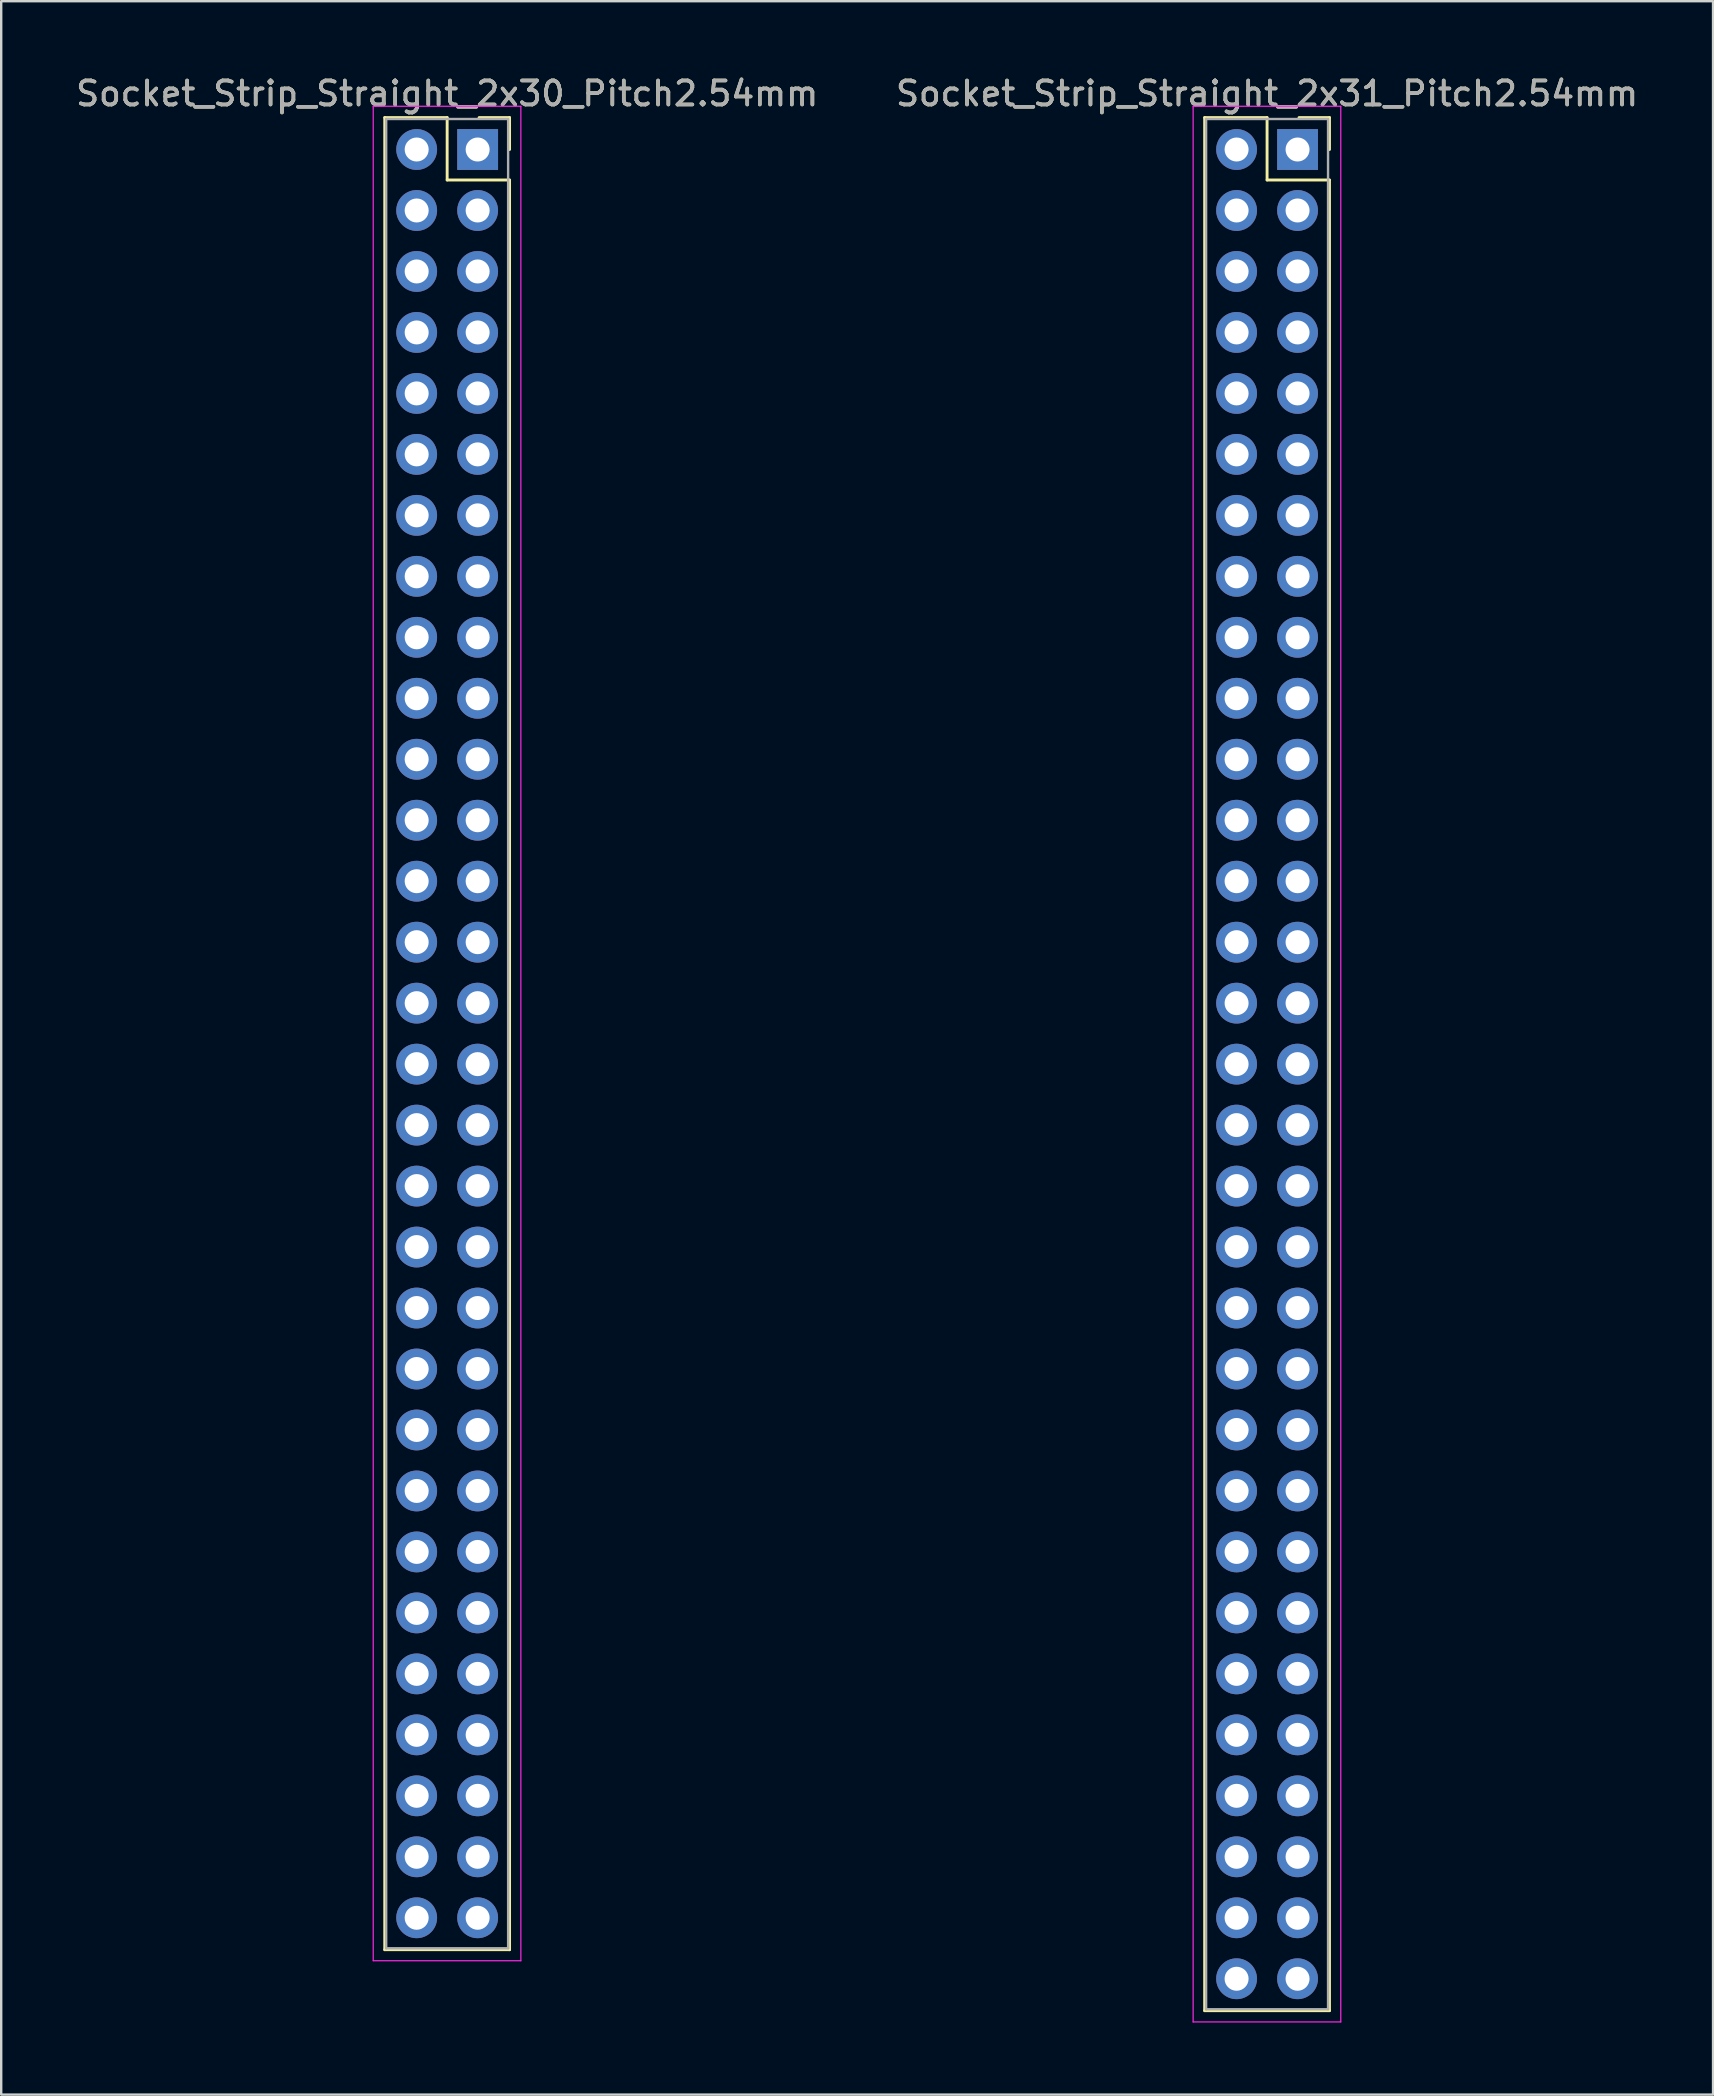
<source format=kicad_pcb>
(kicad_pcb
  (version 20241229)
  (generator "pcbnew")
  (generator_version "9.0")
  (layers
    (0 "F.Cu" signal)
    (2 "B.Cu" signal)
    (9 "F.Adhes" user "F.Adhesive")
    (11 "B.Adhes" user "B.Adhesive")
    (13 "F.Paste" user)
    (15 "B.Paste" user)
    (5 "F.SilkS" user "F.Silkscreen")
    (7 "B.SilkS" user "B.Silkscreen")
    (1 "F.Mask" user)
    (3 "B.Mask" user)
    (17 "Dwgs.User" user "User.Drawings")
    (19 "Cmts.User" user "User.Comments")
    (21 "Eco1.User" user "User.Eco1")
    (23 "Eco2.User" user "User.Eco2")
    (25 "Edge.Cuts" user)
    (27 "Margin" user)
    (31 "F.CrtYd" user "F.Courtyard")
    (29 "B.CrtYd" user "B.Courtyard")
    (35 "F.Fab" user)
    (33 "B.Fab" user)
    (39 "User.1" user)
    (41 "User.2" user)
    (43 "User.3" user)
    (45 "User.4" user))
  (footprint "Socket_Strip_Straight_2x31_Pitch2.54mm"
    (layer "F.Cu")
    (at 51.002 3.178)
    (property "Reference" "Socket_Strip_Straight_2x31_Pitch2.54mm" (at -1.27 -2.33 0) (layer "F.SilkS") (effects (font (size 1 1) (thickness 0.15))))
    (attr through_hole)
    (fp_line (start -3.87 -1.33) (end -1.27 -1.33) (stroke (width 0.12) (type solid)) (layer "F.SilkS"))
    (fp_line (start -3.87 77.53) (end -3.87 -1.33) (stroke (width 0.12) (type solid)) (layer "F.SilkS"))
    (fp_line (start -1.27 -1.33) (end -1.27 1.27) (stroke (width 0.12) (type solid)) (layer "F.SilkS"))
    (fp_line (start -1.27 1.27) (end 1.33 1.27) (stroke (width 0.12) (type solid)) (layer "F.SilkS"))
    (fp_line (start 1.33 -1.33) (end 0.06 -1.33) (stroke (width 0.12) (type solid)) (layer "F.SilkS"))
    (fp_line (start 1.33 0) (end 1.33 -1.33) (stroke (width 0.12) (type solid)) (layer "F.SilkS"))
    (fp_line (start 1.33 1.27) (end 1.33 77.53) (stroke (width 0.12) (type solid)) (layer "F.SilkS"))
    (fp_line (start 1.33 77.53) (end -3.87 77.53) (stroke (width 0.12) (type solid)) (layer "F.SilkS"))
    (fp_line (start -4.35 -1.8) (end -4.35 78) (stroke (width 0.05) (type solid)) (layer "F.CrtYd"))
    (fp_line (start -4.35 78) (end 1.8 78) (stroke (width 0.05) (type solid)) (layer "F.CrtYd"))
    (fp_line (start 1.8 -1.8) (end -4.35 -1.8) (stroke (width 0.05) (type solid)) (layer "F.CrtYd"))
    (fp_line (start 1.8 78) (end 1.8 -1.8) (stroke (width 0.05) (type solid)) (layer "F.CrtYd"))
    (fp_line (start -3.81 -1.27) (end -3.81 77.47) (stroke (width 0.1) (type solid)) (layer "F.Fab"))
    (fp_line (start -3.81 77.47) (end 1.27 77.47) (stroke (width 0.1) (type solid)) (layer "F.Fab"))
    (fp_line (start 1.27 -1.27) (end -3.81 -1.27) (stroke (width 0.1) (type solid)) (layer "F.Fab"))
    (fp_line (start 1.27 77.47) (end 1.27 -1.27) (stroke (width 0.1) (type solid)) (layer "F.Fab"))
    (fp_text user "${REFERENCE}" (at -1.27 -2.33 0) (layer "F.Fab") (effects (font (size 1 1) (thickness 0.15))))
    (pad "1" thru_hole rect (at 0 0) (size 1.7 1.7) (drill 1) (layers "*.Cu" "*.Mask"))
    (pad "2" thru_hole oval (at -2.54 0) (size 1.7 1.7) (drill 1) (layers "*.Cu" "*.Mask"))
    (pad "3" thru_hole oval (at 0 2.54) (size 1.7 1.7) (drill 1) (layers "*.Cu" "*.Mask"))
    (pad "4" thru_hole oval (at -2.54 2.54) (size 1.7 1.7) (drill 1) (layers "*.Cu" "*.Mask"))
    (pad "5" thru_hole oval (at 0 5.08) (size 1.7 1.7) (drill 1) (layers "*.Cu" "*.Mask"))
    (pad "6" thru_hole oval (at -2.54 5.08) (size 1.7 1.7) (drill 1) (layers "*.Cu" "*.Mask"))
    (pad "7" thru_hole oval (at 0 7.62) (size 1.7 1.7) (drill 1) (layers "*.Cu" "*.Mask"))
    (pad "8" thru_hole oval (at -2.54 7.62) (size 1.7 1.7) (drill 1) (layers "*.Cu" "*.Mask"))
    (pad "9" thru_hole oval (at 0 10.16) (size 1.7 1.7) (drill 1) (layers "*.Cu" "*.Mask"))
    (pad "10" thru_hole oval (at -2.54 10.16) (size 1.7 1.7) (drill 1) (layers "*.Cu" "*.Mask"))
    (pad "11" thru_hole oval (at 0 12.7) (size 1.7 1.7) (drill 1) (layers "*.Cu" "*.Mask"))
    (pad "12" thru_hole oval (at -2.54 12.7) (size 1.7 1.7) (drill 1) (layers "*.Cu" "*.Mask"))
    (pad "13" thru_hole oval (at 0 15.24) (size 1.7 1.7) (drill 1) (layers "*.Cu" "*.Mask"))
    (pad "14" thru_hole oval (at -2.54 15.24) (size 1.7 1.7) (drill 1) (layers "*.Cu" "*.Mask"))
    (pad "15" thru_hole oval (at 0 17.78) (size 1.7 1.7) (drill 1) (layers "*.Cu" "*.Mask"))
    (pad "16" thru_hole oval (at -2.54 17.78) (size 1.7 1.7) (drill 1) (layers "*.Cu" "*.Mask"))
    (pad "17" thru_hole oval (at 0 20.32) (size 1.7 1.7) (drill 1) (layers "*.Cu" "*.Mask"))
    (pad "18" thru_hole oval (at -2.54 20.32) (size 1.7 1.7) (drill 1) (layers "*.Cu" "*.Mask"))
    (pad "19" thru_hole oval (at 0 22.86) (size 1.7 1.7) (drill 1) (layers "*.Cu" "*.Mask"))
    (pad "20" thru_hole oval (at -2.54 22.86) (size 1.7 1.7) (drill 1) (layers "*.Cu" "*.Mask"))
    (pad "21" thru_hole oval (at 0 25.4) (size 1.7 1.7) (drill 1) (layers "*.Cu" "*.Mask"))
    (pad "22" thru_hole oval (at -2.54 25.4) (size 1.7 1.7) (drill 1) (layers "*.Cu" "*.Mask"))
    (pad "23" thru_hole oval (at 0 27.94) (size 1.7 1.7) (drill 1) (layers "*.Cu" "*.Mask"))
    (pad "24" thru_hole oval (at -2.54 27.94) (size 1.7 1.7) (drill 1) (layers "*.Cu" "*.Mask"))
    (pad "25" thru_hole oval (at 0 30.48) (size 1.7 1.7) (drill 1) (layers "*.Cu" "*.Mask"))
    (pad "26" thru_hole oval (at -2.54 30.48) (size 1.7 1.7) (drill 1) (layers "*.Cu" "*.Mask"))
    (pad "27" thru_hole oval (at 0 33.02) (size 1.7 1.7) (drill 1) (layers "*.Cu" "*.Mask"))
    (pad "28" thru_hole oval (at -2.54 33.02) (size 1.7 1.7) (drill 1) (layers "*.Cu" "*.Mask"))
    (pad "29" thru_hole oval (at 0 35.56) (size 1.7 1.7) (drill 1) (layers "*.Cu" "*.Mask"))
    (pad "30" thru_hole oval (at -2.54 35.56) (size 1.7 1.7) (drill 1) (layers "*.Cu" "*.Mask"))
    (pad "31" thru_hole oval (at 0 38.1) (size 1.7 1.7) (drill 1) (layers "*.Cu" "*.Mask"))
    (pad "32" thru_hole oval (at -2.54 38.1) (size 1.7 1.7) (drill 1) (layers "*.Cu" "*.Mask"))
    (pad "33" thru_hole oval (at 0 40.64) (size 1.7 1.7) (drill 1) (layers "*.Cu" "*.Mask"))
    (pad "34" thru_hole oval (at -2.54 40.64) (size 1.7 1.7) (drill 1) (layers "*.Cu" "*.Mask"))
    (pad "35" thru_hole oval (at 0 43.18) (size 1.7 1.7) (drill 1) (layers "*.Cu" "*.Mask"))
    (pad "36" thru_hole oval (at -2.54 43.18) (size 1.7 1.7) (drill 1) (layers "*.Cu" "*.Mask"))
    (pad "37" thru_hole oval (at 0 45.72) (size 1.7 1.7) (drill 1) (layers "*.Cu" "*.Mask"))
    (pad "38" thru_hole oval (at -2.54 45.72) (size 1.7 1.7) (drill 1) (layers "*.Cu" "*.Mask"))
    (pad "39" thru_hole oval (at 0 48.26) (size 1.7 1.7) (drill 1) (layers "*.Cu" "*.Mask"))
    (pad "40" thru_hole oval (at -2.54 48.26) (size 1.7 1.7) (drill 1) (layers "*.Cu" "*.Mask"))
    (pad "41" thru_hole oval (at 0 50.8) (size 1.7 1.7) (drill 1) (layers "*.Cu" "*.Mask"))
    (pad "42" thru_hole oval (at -2.54 50.8) (size 1.7 1.7) (drill 1) (layers "*.Cu" "*.Mask"))
    (pad "43" thru_hole oval (at 0 53.34) (size 1.7 1.7) (drill 1) (layers "*.Cu" "*.Mask"))
    (pad "44" thru_hole oval (at -2.54 53.34) (size 1.7 1.7) (drill 1) (layers "*.Cu" "*.Mask"))
    (pad "45" thru_hole oval (at 0 55.88) (size 1.7 1.7) (drill 1) (layers "*.Cu" "*.Mask"))
    (pad "46" thru_hole oval (at -2.54 55.88) (size 1.7 1.7) (drill 1) (layers "*.Cu" "*.Mask"))
    (pad "47" thru_hole oval (at 0 58.42) (size 1.7 1.7) (drill 1) (layers "*.Cu" "*.Mask"))
    (pad "48" thru_hole oval (at -2.54 58.42) (size 1.7 1.7) (drill 1) (layers "*.Cu" "*.Mask"))
    (pad "49" thru_hole oval (at 0 60.96) (size 1.7 1.7) (drill 1) (layers "*.Cu" "*.Mask"))
    (pad "50" thru_hole oval (at -2.54 60.96) (size 1.7 1.7) (drill 1) (layers "*.Cu" "*.Mask"))
    (pad "51" thru_hole oval (at 0 63.5) (size 1.7 1.7) (drill 1) (layers "*.Cu" "*.Mask"))
    (pad "52" thru_hole oval (at -2.54 63.5) (size 1.7 1.7) (drill 1) (layers "*.Cu" "*.Mask"))
    (pad "53" thru_hole oval (at 0 66.04) (size 1.7 1.7) (drill 1) (layers "*.Cu" "*.Mask"))
    (pad "54" thru_hole oval (at -2.54 66.04) (size 1.7 1.7) (drill 1) (layers "*.Cu" "*.Mask"))
    (pad "55" thru_hole oval (at 0 68.58) (size 1.7 1.7) (drill 1) (layers "*.Cu" "*.Mask"))
    (pad "56" thru_hole oval (at -2.54 68.58) (size 1.7 1.7) (drill 1) (layers "*.Cu" "*.Mask"))
    (pad "57" thru_hole oval (at 0 71.12) (size 1.7 1.7) (drill 1) (layers "*.Cu" "*.Mask"))
    (pad "58" thru_hole oval (at -2.54 71.12) (size 1.7 1.7) (drill 1) (layers "*.Cu" "*.Mask"))
    (pad "59" thru_hole oval (at 0 73.66) (size 1.7 1.7) (drill 1) (layers "*.Cu" "*.Mask"))
    (pad "60" thru_hole oval (at -2.54 73.66) (size 1.7 1.7) (drill 1) (layers "*.Cu" "*.Mask"))
    (pad "61" thru_hole oval (at 0 76.2) (size 1.7 1.7) (drill 1) (layers "*.Cu" "*.Mask"))
    (pad "62" thru_hole oval (at -2.54 76.2) (size 1.7 1.7) (drill 1) (layers "*.Cu" "*.Mask")))
  (footprint "Socket_Strip_Straight_2x30_Pitch2.54mm"
    (layer "F.Cu")
    (at 16.847 3.178)
    (property "Reference" "Socket_Strip_Straight_2x30_Pitch2.54mm" (at -1.27 -2.33 0) (layer "F.SilkS") (effects (font (size 1 1) (thickness 0.15))))
    (attr through_hole)
    (fp_line (start -3.87 -1.33) (end -1.27 -1.33) (stroke (width 0.12) (type solid)) (layer "F.SilkS"))
    (fp_line (start -3.87 74.99) (end -3.87 -1.33) (stroke (width 0.12) (type solid)) (layer "F.SilkS"))
    (fp_line (start -1.27 -1.33) (end -1.27 1.27) (stroke (width 0.12) (type solid)) (layer "F.SilkS"))
    (fp_line (start -1.27 1.27) (end 1.33 1.27) (stroke (width 0.12) (type solid)) (layer "F.SilkS"))
    (fp_line (start 1.33 -1.33) (end 0.06 -1.33) (stroke (width 0.12) (type solid)) (layer "F.SilkS"))
    (fp_line (start 1.33 0) (end 1.33 -1.33) (stroke (width 0.12) (type solid)) (layer "F.SilkS"))
    (fp_line (start 1.33 1.27) (end 1.33 74.99) (stroke (width 0.12) (type solid)) (layer "F.SilkS"))
    (fp_line (start 1.33 74.99) (end -3.87 74.99) (stroke (width 0.12) (type solid)) (layer "F.SilkS"))
    (fp_line (start -4.35 -1.8) (end -4.35 75.45) (stroke (width 0.05) (type solid)) (layer "F.CrtYd"))
    (fp_line (start -4.35 75.45) (end 1.8 75.45) (stroke (width 0.05) (type solid)) (layer "F.CrtYd"))
    (fp_line (start 1.8 -1.8) (end -4.35 -1.8) (stroke (width 0.05) (type solid)) (layer "F.CrtYd"))
    (fp_line (start 1.8 75.45) (end 1.8 -1.8) (stroke (width 0.05) (type solid)) (layer "F.CrtYd"))
    (fp_line (start -3.81 -1.27) (end -3.81 74.93) (stroke (width 0.1) (type solid)) (layer "F.Fab"))
    (fp_line (start -3.81 74.93) (end 1.27 74.93) (stroke (width 0.1) (type solid)) (layer "F.Fab"))
    (fp_line (start 1.27 -1.27) (end -3.81 -1.27) (stroke (width 0.1) (type solid)) (layer "F.Fab"))
    (fp_line (start 1.27 74.93) (end 1.27 -1.27) (stroke (width 0.1) (type solid)) (layer "F.Fab"))
    (fp_text user "${REFERENCE}" (at -1.27 -2.33 0) (layer "F.Fab") (effects (font (size 1 1) (thickness 0.15))))
    (pad "1" thru_hole rect (at 0 0) (size 1.7 1.7) (drill 1) (layers "*.Cu" "*.Mask"))
    (pad "2" thru_hole oval (at -2.54 0) (size 1.7 1.7) (drill 1) (layers "*.Cu" "*.Mask"))
    (pad "3" thru_hole oval (at 0 2.54) (size 1.7 1.7) (drill 1) (layers "*.Cu" "*.Mask"))
    (pad "4" thru_hole oval (at -2.54 2.54) (size 1.7 1.7) (drill 1) (layers "*.Cu" "*.Mask"))
    (pad "5" thru_hole oval (at 0 5.08) (size 1.7 1.7) (drill 1) (layers "*.Cu" "*.Mask"))
    (pad "6" thru_hole oval (at -2.54 5.08) (size 1.7 1.7) (drill 1) (layers "*.Cu" "*.Mask"))
    (pad "7" thru_hole oval (at 0 7.62) (size 1.7 1.7) (drill 1) (layers "*.Cu" "*.Mask"))
    (pad "8" thru_hole oval (at -2.54 7.62) (size 1.7 1.7) (drill 1) (layers "*.Cu" "*.Mask"))
    (pad "9" thru_hole oval (at 0 10.16) (size 1.7 1.7) (drill 1) (layers "*.Cu" "*.Mask"))
    (pad "10" thru_hole oval (at -2.54 10.16) (size 1.7 1.7) (drill 1) (layers "*.Cu" "*.Mask"))
    (pad "11" thru_hole oval (at 0 12.7) (size 1.7 1.7) (drill 1) (layers "*.Cu" "*.Mask"))
    (pad "12" thru_hole oval (at -2.54 12.7) (size 1.7 1.7) (drill 1) (layers "*.Cu" "*.Mask"))
    (pad "13" thru_hole oval (at 0 15.24) (size 1.7 1.7) (drill 1) (layers "*.Cu" "*.Mask"))
    (pad "14" thru_hole oval (at -2.54 15.24) (size 1.7 1.7) (drill 1) (layers "*.Cu" "*.Mask"))
    (pad "15" thru_hole oval (at 0 17.78) (size 1.7 1.7) (drill 1) (layers "*.Cu" "*.Mask"))
    (pad "16" thru_hole oval (at -2.54 17.78) (size 1.7 1.7) (drill 1) (layers "*.Cu" "*.Mask"))
    (pad "17" thru_hole oval (at 0 20.32) (size 1.7 1.7) (drill 1) (layers "*.Cu" "*.Mask"))
    (pad "18" thru_hole oval (at -2.54 20.32) (size 1.7 1.7) (drill 1) (layers "*.Cu" "*.Mask"))
    (pad "19" thru_hole oval (at 0 22.86) (size 1.7 1.7) (drill 1) (layers "*.Cu" "*.Mask"))
    (pad "20" thru_hole oval (at -2.54 22.86) (size 1.7 1.7) (drill 1) (layers "*.Cu" "*.Mask"))
    (pad "21" thru_hole oval (at 0 25.4) (size 1.7 1.7) (drill 1) (layers "*.Cu" "*.Mask"))
    (pad "22" thru_hole oval (at -2.54 25.4) (size 1.7 1.7) (drill 1) (layers "*.Cu" "*.Mask"))
    (pad "23" thru_hole oval (at 0 27.94) (size 1.7 1.7) (drill 1) (layers "*.Cu" "*.Mask"))
    (pad "24" thru_hole oval (at -2.54 27.94) (size 1.7 1.7) (drill 1) (layers "*.Cu" "*.Mask"))
    (pad "25" thru_hole oval (at 0 30.48) (size 1.7 1.7) (drill 1) (layers "*.Cu" "*.Mask"))
    (pad "26" thru_hole oval (at -2.54 30.48) (size 1.7 1.7) (drill 1) (layers "*.Cu" "*.Mask"))
    (pad "27" thru_hole oval (at 0 33.02) (size 1.7 1.7) (drill 1) (layers "*.Cu" "*.Mask"))
    (pad "28" thru_hole oval (at -2.54 33.02) (size 1.7 1.7) (drill 1) (layers "*.Cu" "*.Mask"))
    (pad "29" thru_hole oval (at 0 35.56) (size 1.7 1.7) (drill 1) (layers "*.Cu" "*.Mask"))
    (pad "30" thru_hole oval (at -2.54 35.56) (size 1.7 1.7) (drill 1) (layers "*.Cu" "*.Mask"))
    (pad "31" thru_hole oval (at 0 38.1) (size 1.7 1.7) (drill 1) (layers "*.Cu" "*.Mask"))
    (pad "32" thru_hole oval (at -2.54 38.1) (size 1.7 1.7) (drill 1) (layers "*.Cu" "*.Mask"))
    (pad "33" thru_hole oval (at 0 40.64) (size 1.7 1.7) (drill 1) (layers "*.Cu" "*.Mask"))
    (pad "34" thru_hole oval (at -2.54 40.64) (size 1.7 1.7) (drill 1) (layers "*.Cu" "*.Mask"))
    (pad "35" thru_hole oval (at 0 43.18) (size 1.7 1.7) (drill 1) (layers "*.Cu" "*.Mask"))
    (pad "36" thru_hole oval (at -2.54 43.18) (size 1.7 1.7) (drill 1) (layers "*.Cu" "*.Mask"))
    (pad "37" thru_hole oval (at 0 45.72) (size 1.7 1.7) (drill 1) (layers "*.Cu" "*.Mask"))
    (pad "38" thru_hole oval (at -2.54 45.72) (size 1.7 1.7) (drill 1) (layers "*.Cu" "*.Mask"))
    (pad "39" thru_hole oval (at 0 48.26) (size 1.7 1.7) (drill 1) (layers "*.Cu" "*.Mask"))
    (pad "40" thru_hole oval (at -2.54 48.26) (size 1.7 1.7) (drill 1) (layers "*.Cu" "*.Mask"))
    (pad "41" thru_hole oval (at 0 50.8) (size 1.7 1.7) (drill 1) (layers "*.Cu" "*.Mask"))
    (pad "42" thru_hole oval (at -2.54 50.8) (size 1.7 1.7) (drill 1) (layers "*.Cu" "*.Mask"))
    (pad "43" thru_hole oval (at 0 53.34) (size 1.7 1.7) (drill 1) (layers "*.Cu" "*.Mask"))
    (pad "44" thru_hole oval (at -2.54 53.34) (size 1.7 1.7) (drill 1) (layers "*.Cu" "*.Mask"))
    (pad "45" thru_hole oval (at 0 55.88) (size 1.7 1.7) (drill 1) (layers "*.Cu" "*.Mask"))
    (pad "46" thru_hole oval (at -2.54 55.88) (size 1.7 1.7) (drill 1) (layers "*.Cu" "*.Mask"))
    (pad "47" thru_hole oval (at 0 58.42) (size 1.7 1.7) (drill 1) (layers "*.Cu" "*.Mask"))
    (pad "48" thru_hole oval (at -2.54 58.42) (size 1.7 1.7) (drill 1) (layers "*.Cu" "*.Mask"))
    (pad "49" thru_hole oval (at 0 60.96) (size 1.7 1.7) (drill 1) (layers "*.Cu" "*.Mask"))
    (pad "50" thru_hole oval (at -2.54 60.96) (size 1.7 1.7) (drill 1) (layers "*.Cu" "*.Mask"))
    (pad "51" thru_hole oval (at 0 63.5) (size 1.7 1.7) (drill 1) (layers "*.Cu" "*.Mask"))
    (pad "52" thru_hole oval (at -2.54 63.5) (size 1.7 1.7) (drill 1) (layers "*.Cu" "*.Mask"))
    (pad "53" thru_hole oval (at 0 66.04) (size 1.7 1.7) (drill 1) (layers "*.Cu" "*.Mask"))
    (pad "54" thru_hole oval (at -2.54 66.04) (size 1.7 1.7) (drill 1) (layers "*.Cu" "*.Mask"))
    (pad "55" thru_hole oval (at 0 68.58) (size 1.7 1.7) (drill 1) (layers "*.Cu" "*.Mask"))
    (pad "56" thru_hole oval (at -2.54 68.58) (size 1.7 1.7) (drill 1) (layers "*.Cu" "*.Mask"))
    (pad "57" thru_hole oval (at 0 71.12) (size 1.7 1.7) (drill 1) (layers "*.Cu" "*.Mask"))
    (pad "58" thru_hole oval (at -2.54 71.12) (size 1.7 1.7) (drill 1) (layers "*.Cu" "*.Mask"))
    (pad "59" thru_hole oval (at 0 73.66) (size 1.7 1.7) (drill 1) (layers "*.Cu" "*.Mask"))
    (pad "60" thru_hole oval (at -2.54 73.66) (size 1.7 1.7) (drill 1) (layers "*.Cu" "*.Mask")))
  (gr_rect
    (start -3 -3)
    (end 68.31 84.203)
    (stroke (width 0.1) (type default))
    (fill no)
    (layer "Edge.Cuts")))
</source>
